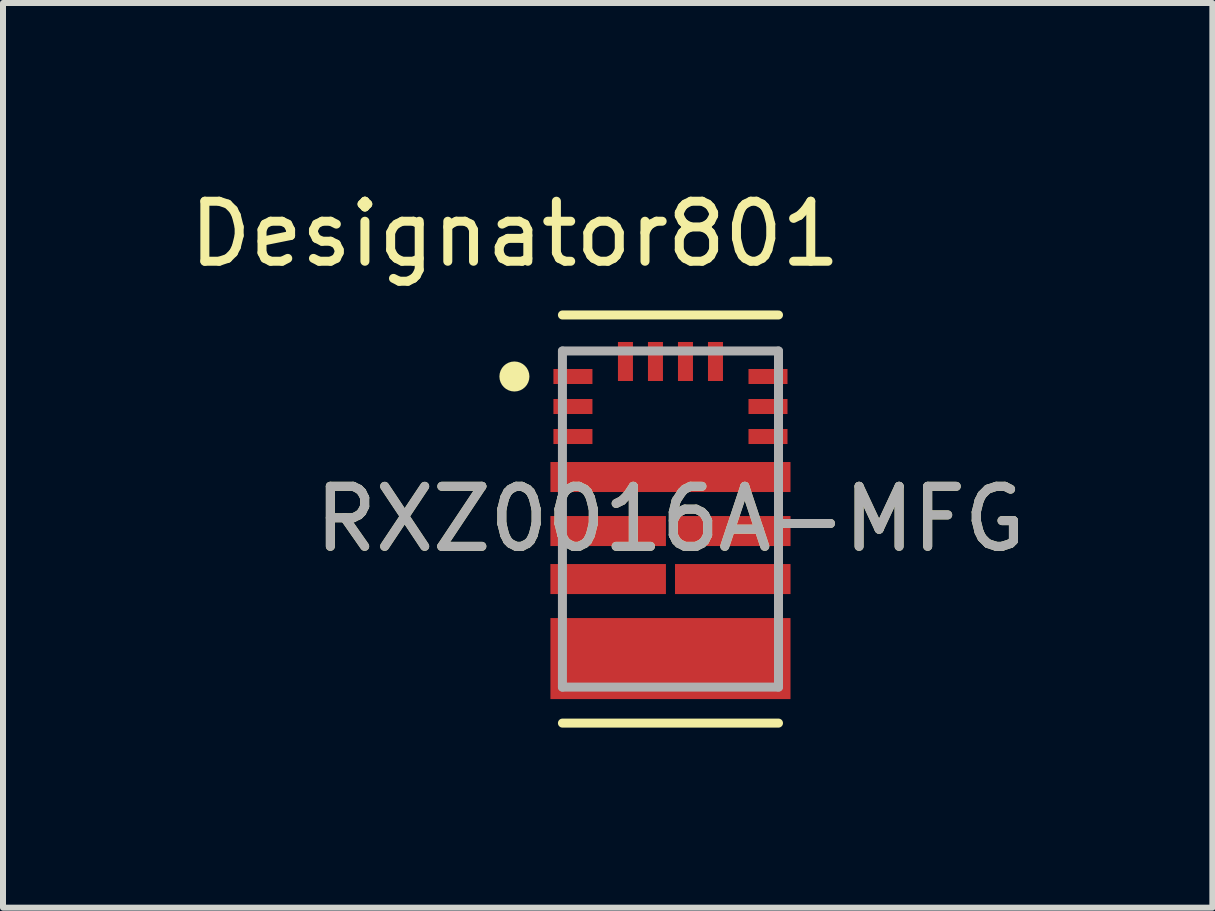
<source format=kicad_pcb>
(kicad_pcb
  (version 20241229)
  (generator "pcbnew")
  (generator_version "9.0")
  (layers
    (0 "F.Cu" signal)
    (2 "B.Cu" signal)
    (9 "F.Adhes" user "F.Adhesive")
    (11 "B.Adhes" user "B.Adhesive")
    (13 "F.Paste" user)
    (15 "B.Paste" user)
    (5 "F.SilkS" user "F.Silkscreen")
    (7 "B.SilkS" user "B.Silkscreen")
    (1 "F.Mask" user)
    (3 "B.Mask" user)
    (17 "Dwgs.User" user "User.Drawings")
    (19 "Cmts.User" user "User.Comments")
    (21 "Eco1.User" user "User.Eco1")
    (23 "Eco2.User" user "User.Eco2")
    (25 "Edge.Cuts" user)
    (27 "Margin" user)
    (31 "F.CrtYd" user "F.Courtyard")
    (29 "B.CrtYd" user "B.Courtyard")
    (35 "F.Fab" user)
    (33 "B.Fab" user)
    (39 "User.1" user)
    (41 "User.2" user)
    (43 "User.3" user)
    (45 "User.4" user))
  (footprint "RXZ0016A-MFG"
    (layer "F.Cu")
    (at 8.121 5.598)
    (property "Reference" "RXZ0016A-MFG" (at 0 0 0) (unlocked yes) (layer "F.SilkS") (effects (font (size 1 1) (thickness 0.15))))
    (attr smd)
    (fp_poly (pts (xy -1.95 0.125) (xy -1.9 0.075) (xy -1.6 0.075) (xy -1.6 0) (xy -0.175 0) (xy -0.125 0.05) (xy -0.125 0.35) (xy -0.175 0.4) (xy -1.6 0.4) (xy -1.6 0.325) (xy -1.9 0.325) (xy -1.95 0.275)) (stroke (width 0) (type solid)) (fill yes) (layer "F.Mask"))
    (fp_poly (pts (xy -1.95 0.925) (xy -1.9 0.875) (xy -1.6 0.875) (xy -1.6 0.8) (xy -0.175 0.8) (xy -0.125 0.85) (xy -0.125 1.15) (xy -0.175 1.2) (xy -1.6 1.2) (xy -1.6 1.125) (xy -1.9 1.125) (xy -1.95 1.075)) (stroke (width 0) (type solid)) (fill yes) (layer "F.Mask"))
    (fp_poly (pts (xy 1.95 0.925) (xy 1.9 0.875) (xy 1.6 0.875) (xy 1.6 0.8) (xy 0.175 0.8) (xy 0.125 0.85) (xy 0.125 1.15) (xy 0.175 1.2) (xy 1.6 1.2) (xy 1.6 1.125) (xy 1.9 1.125) (xy 1.95 1.075)) (stroke (width 0) (type solid)) (fill yes) (layer "F.Mask"))
    (fp_poly (pts (xy 1.95 0.125) (xy 1.9 0.075) (xy 1.6 0.075) (xy 1.6 0) (xy 0.175 0) (xy 0.125 0.05) (xy 0.125 0.35) (xy 0.175 0.4) (xy 1.6 0.4) (xy 1.6 0.325) (xy 1.9 0.325) (xy 1.95 0.275)) (stroke (width 0) (type solid)) (fill yes) (layer "F.Mask"))
    (fp_poly (pts (xy -1.95 -0.775) (xy -1.9 -0.825) (xy -1.6 -0.825) (xy -1.6 -0.9) (xy 1.6 -0.9) (xy 1.6 -0.825) (xy 1.9 -0.825) (xy 1.95 -0.775) (xy 1.95 -0.625) (xy 1.9 -0.575) (xy 1.6 -0.575) (xy 1.6 -0.5) (xy -1.6 -0.5) (xy -1.6 -0.575) (xy -1.9 -0.575) (xy -1.95 -0.625)) (stroke (width 0) (type solid)) (fill yes) (layer "F.Mask"))
    (fp_poly (pts (xy -1.95 1.825) (xy -1.9 1.775) (xy -1.6 1.775) (xy -1.6 1.7) (xy 1.6 1.7) (xy 1.6 1.775) (xy 1.9 1.775) (xy 1.95 1.825) (xy 1.95 1.975) (xy 1.9 2.025) (xy 1.6 2.025) (xy 1.6 2.1) (xy 0.875 2.1) (xy 0.875 2.9) (xy 0.825 2.95) (xy 0.675 2.95) (xy 0.625 2.9) (xy 0.625 2.1) (xy 0.375 2.1) (xy 0.375 2.9) (xy 0.325 2.95) (xy 0.175 2.95) (xy 0.125 2.9) (xy 0.125 2.1) (xy -0.125 2.1) (xy -0.125 2.9) (xy -0.175 2.95) (xy -0.325 2.95) (xy -0.375 2.9) (xy -0.375 2.1) (xy -0.625 2.1) (xy -0.625 2.9) (xy -0.675 2.95) (xy -0.825 2.95) (xy -0.875 2.9) (xy -0.875 2.1) (xy -1.6 2.1) (xy -1.6 2.025) (xy -1.9 2.025) (xy -1.95 1.975)) (stroke (width 0) (type solid)) (fill yes) (layer "F.Mask"))
    (fp_line (start -1.8 -3.4) (end 1.8 -3.4) (stroke (width 0.15) (type solid)) (layer "F.SilkS"))
    (fp_line (start -1.8 3.4) (end 1.8 3.4) (stroke (width 0.15) (type solid)) (layer "F.SilkS"))
    (fp_circle (center -2.6 -2.375) (end -2.475 -2.375) (stroke (width 0.25) (type solid)) (fill no) (layer "F.SilkS"))
    (fp_poly (pts (xy -0.875 2.35) (xy -0.825 2.3) (xy -0.675 2.3) (xy -0.625 2.35) (xy -0.625 2.9) (xy -0.675 2.95) (xy -0.825 2.95) (xy -0.875 2.9)) (stroke (width 0) (type solid)) (fill yes) (layer "F.Paste"))
    (fp_poly (pts (xy -0.375 2.35) (xy -0.325 2.3) (xy -0.175 2.3) (xy -0.125 2.35) (xy -0.125 2.9) (xy -0.175 2.95) (xy -0.325 2.95) (xy -0.375 2.9)) (stroke (width 0) (type solid)) (fill yes) (layer "F.Paste"))
    (fp_poly (pts (xy 0.125 2.35) (xy 0.175 2.3) (xy 0.325 2.3) (xy 0.375 2.35) (xy 0.375 2.9) (xy 0.325 2.95) (xy 0.175 2.95) (xy 0.125 2.9)) (stroke (width 0) (type solid)) (fill yes) (layer "F.Paste"))
    (fp_poly (pts (xy 0.825 2.95) (xy 0.675 2.95) (xy 0.625 2.9) (xy 0.625 2.35) (xy 0.675 2.3) (xy 0.825 2.3) (xy 0.875 2.35) (xy 0.875 2.9)) (stroke (width 0) (type solid)) (fill yes) (layer "F.Paste"))
    (fp_poly (pts (xy -1.95 -0.775) (xy -1.9 -0.825) (xy -1.6 -0.825) (xy -1.6 -0.9) (xy -0.15 -0.9) (xy -0.1 -0.85) (xy -0.1 -0.55) (xy -0.15 -0.5) (xy -1.6 -0.5) (xy -1.6 -0.575) (xy -1.9 -0.575) (xy -1.95 -0.625)) (stroke (width 0) (type solid)) (fill yes) (layer "F.Paste"))
    (fp_poly (pts (xy -1.95 0.125) (xy -1.9 0.075) (xy -1.6 0.075) (xy -1.6 0) (xy -0.175 0) (xy -0.125 0.05) (xy -0.125 0.35) (xy -0.175 0.4) (xy -1.6 0.4) (xy -1.6 0.325) (xy -1.9 0.325) (xy -1.95 0.275)) (stroke (width 0) (type solid)) (fill yes) (layer "F.Paste"))
    (fp_poly (pts (xy -1.95 0.925) (xy -1.9 0.875) (xy -1.6 0.875) (xy -1.6 0.8) (xy -0.175 0.8) (xy -0.125 0.85) (xy -0.125 1.15) (xy -0.175 1.2) (xy -1.6 1.2) (xy -1.6 1.125) (xy -1.9 1.125) (xy -1.95 1.075)) (stroke (width 0) (type solid)) (fill yes) (layer "F.Paste"))
    (fp_poly (pts (xy -1.95 1.825) (xy -1.9 1.775) (xy -1.6 1.775) (xy -1.6 1.7) (xy -0.15 1.7) (xy -0.1 1.75) (xy -0.1 2.05) (xy -0.15 2.1) (xy -1.6 2.1) (xy -1.6 2.025) (xy -1.9 2.025) (xy -1.95 1.975)) (stroke (width 0) (type solid)) (fill yes) (layer "F.Paste"))
    (fp_poly (pts (xy 1.95 -0.775) (xy 1.9 -0.825) (xy 1.6 -0.825) (xy 1.6 -0.9) (xy 0.15 -0.9) (xy 0.1 -0.85) (xy 0.1 -0.55) (xy 0.15 -0.5) (xy 1.6 -0.5) (xy 1.6 -0.575) (xy 1.9 -0.575) (xy 1.95 -0.625)) (stroke (width 0) (type solid)) (fill yes) (layer "F.Paste"))
    (fp_poly (pts (xy 1.95 0.925) (xy 1.9 0.875) (xy 1.6 0.875) (xy 1.6 0.8) (xy 0.175 0.8) (xy 0.125 0.85) (xy 0.125 1.15) (xy 0.175 1.2) (xy 1.6 1.2) (xy 1.6 1.125) (xy 1.9 1.125) (xy 1.95 1.075)) (stroke (width 0) (type solid)) (fill yes) (layer "F.Paste"))
    (fp_poly (pts (xy 1.95 1.825) (xy 1.9 1.775) (xy 1.6 1.775) (xy 1.6 1.7) (xy 0.15 1.7) (xy 0.1 1.75) (xy 0.1 2.05) (xy 0.15 2.1) (xy 1.6 2.1) (xy 1.6 2.025) (xy 1.9 2.025) (xy 1.95 1.975)) (stroke (width 0) (type solid)) (fill yes) (layer "F.Paste"))
    (fp_poly (pts (xy 1.95 0.125) (xy 1.9 0.075) (xy 1.6 0.075) (xy 1.6 0) (xy 0.175 0) (xy 0.125 0.05) (xy 0.125 0.35) (xy 0.175 0.4) (xy 1.6 0.4) (xy 1.6 0.325) (xy 1.9 0.325) (xy 1.95 0.275)) (stroke (width 0) (type solid)) (fill yes) (layer "F.Paste"))
    (fp_line (start -1.8 -2.8) (end 1.8 -2.8) (stroke (width 0.15) (type solid)) (layer "F.Fab"))
    (fp_line (start -1.8 2.8) (end -1.8 -2.8) (stroke (width 0.15) (type solid)) (layer "F.Fab"))
    (fp_line (start -1.8 2.8) (end 1.8 2.8) (stroke (width 0.15) (type solid)) (layer "F.Fab"))
    (fp_line (start 1.8 2.8) (end 1.8 -2.8) (stroke (width 0.15) (type solid)) (layer "F.Fab"))
    (fp_text user "Designator801" (at -2.591 -4.75 0) (unlocked yes) (layer "F.SilkS") (effects (font (size 1 1) (thickness 0.15))))
    (fp_text user "${REFERENCE}" (at 0 0 0) (unlocked yes) (layer "F.Fab") (effects (font (size 1 1) (thickness 0.15))))
    (pad "1" smd rect (at -1.625 -2.375 90) (size 0.25 0.65) (layers "F.Cu" "F.Mask" "F.Paste"))
    (pad "2" smd rect (at -1.625 -1.875 90) (size 0.25 0.65) (layers "F.Cu" "F.Mask" "F.Paste"))
    (pad "3" smd rect (at -1.625 -1.375 90) (size 0.25 0.65) (layers "F.Cu" "F.Mask" "F.Paste"))
    (pad "4" smd rect (at 0 -0.7) (size 4 0.5) (layers "F.Cu"))
    (pad "5" smd rect (at -1.038 0.2) (size 1.925 0.5) (layers "F.Cu"))
    (pad "6" smd rect (at -1.038 1) (size 1.925 0.5) (layers "F.Cu"))
    (pad "7" smd rect (at 0 2.325) (size 4 1.35) (layers "F.Cu"))
    (pad "8" smd rect (at 1.038 1) (size 1.925 0.5) (layers "F.Cu"))
    (pad "9" smd rect (at 1.038 0.2) (size 1.925 0.5) (layers "F.Cu"))
    (pad "10" smd rect (at 1.625 -1.375 90) (size 0.25 0.65) (layers "F.Cu" "F.Mask" "F.Paste"))
    (pad "11" smd rect (at 1.625 -1.875 90) (size 0.25 0.65) (layers "F.Cu" "F.Mask" "F.Paste"))
    (pad "12" smd rect (at 1.625 -2.375 90) (size 0.25 0.65) (layers "F.Cu" "F.Mask" "F.Paste"))
    (pad "13" smd rect (at 0.75 -2.625) (size 0.25 0.65) (layers "F.Cu" "F.Mask" "F.Paste"))
    (pad "14" smd rect (at 0.25 -2.625) (size 0.25 0.65) (layers "F.Cu" "F.Mask" "F.Paste"))
    (pad "15" smd rect (at -0.25 -2.625) (size 0.25 0.65) (layers "F.Cu" "F.Mask" "F.Paste"))
    (pad "16" smd rect (at -0.75 -2.625) (size 0.25 0.65) (layers "F.Cu" "F.Mask" "F.Paste")))
  (gr_rect
    (start -3 -3)
    (end 17.15 12.073)
    (stroke (width 0.1) (type default))
    (fill no)
    (layer "Edge.Cuts")))
</source>
